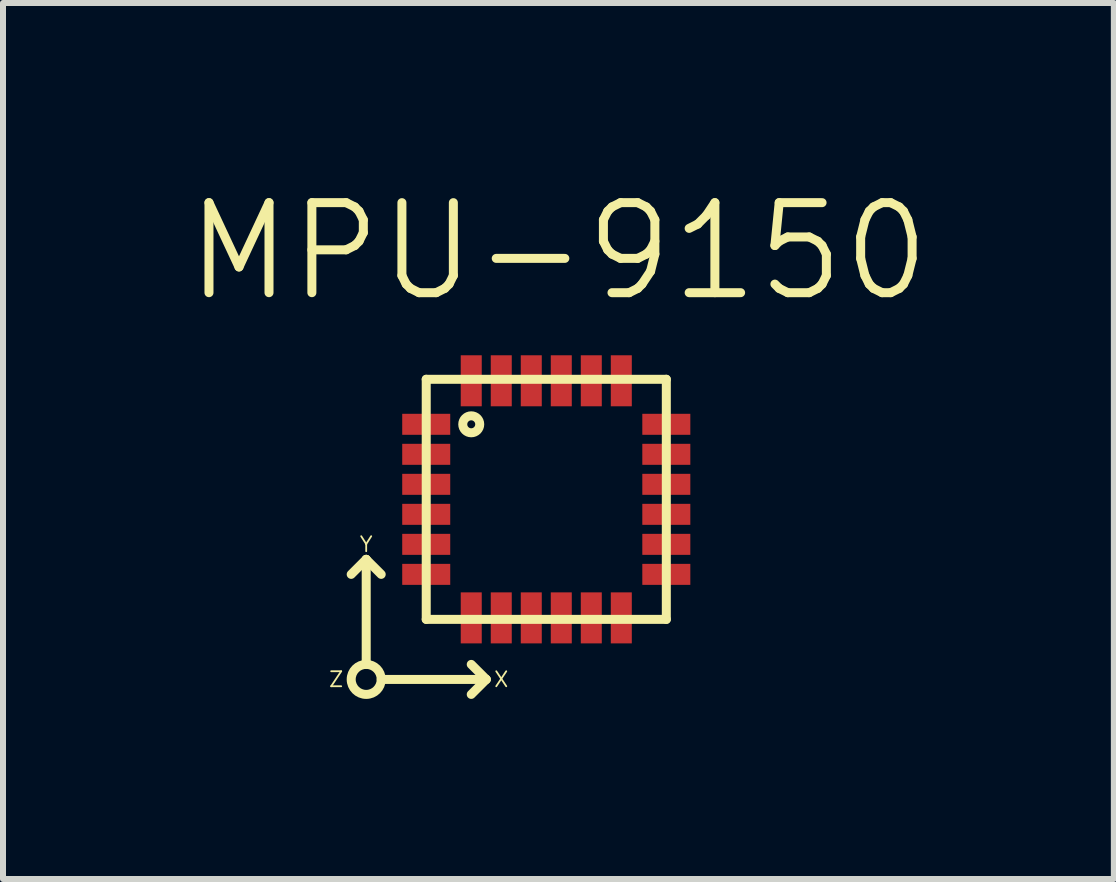
<source format=kicad_pcb>
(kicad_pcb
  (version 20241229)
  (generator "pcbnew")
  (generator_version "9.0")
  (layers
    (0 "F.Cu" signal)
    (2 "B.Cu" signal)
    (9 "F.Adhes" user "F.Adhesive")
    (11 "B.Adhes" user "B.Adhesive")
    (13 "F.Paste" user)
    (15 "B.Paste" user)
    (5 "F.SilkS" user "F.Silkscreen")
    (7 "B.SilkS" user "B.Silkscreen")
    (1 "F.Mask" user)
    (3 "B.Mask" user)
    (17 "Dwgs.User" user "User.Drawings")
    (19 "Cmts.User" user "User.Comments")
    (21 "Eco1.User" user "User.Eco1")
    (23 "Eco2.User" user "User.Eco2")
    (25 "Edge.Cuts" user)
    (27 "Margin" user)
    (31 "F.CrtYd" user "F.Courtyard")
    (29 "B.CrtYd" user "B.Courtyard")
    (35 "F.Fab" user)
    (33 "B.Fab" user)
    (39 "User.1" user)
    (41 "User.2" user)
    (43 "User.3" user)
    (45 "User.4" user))
  (footprint "MPU-9150"
    (layer "F.Cu")
    (at 4.051 3.269)
    (property "Reference" "MPU-9150" (at 2.202 -2.129 0) (layer "F.SilkS") (effects (font (size 1.5 1.5) (thickness 0.15))))
    (attr through_hole)
    (fp_line (start -1 3) (end -1.25 3.25) (stroke (width 0.15) (type solid)) (layer "F.SilkS"))
    (fp_line (start -1 3) (end -0.75 3.25) (stroke (width 0.15) (type solid)) (layer "F.SilkS"))
    (fp_line (start -1 4.75) (end -1 3) (stroke (width 0.15) (type solid)) (layer "F.SilkS"))
    (fp_line (start -0.75 5) (end 1 5) (stroke (width 0.15) (type solid)) (layer "F.SilkS"))
    (fp_line (start 0 0) (end 0 4) (stroke (width 0.15) (type solid)) (layer "F.SilkS"))
    (fp_line (start 0 4) (end 4 4) (stroke (width 0.15) (type solid)) (layer "F.SilkS"))
    (fp_line (start 1 5) (end 0.75 4.75) (stroke (width 0.15) (type solid)) (layer "F.SilkS"))
    (fp_line (start 1 5) (end 0.75 5.25) (stroke (width 0.15) (type solid)) (layer "F.SilkS"))
    (fp_line (start 4 0) (end 0 0) (stroke (width 0.15) (type solid)) (layer "F.SilkS"))
    (fp_line (start 4 4) (end 4 0) (stroke (width 0.15) (type solid)) (layer "F.SilkS"))
    (fp_circle (center -1 5) (end -0.75 5) (stroke (width 0.15) (type solid)) (fill no) (layer "F.SilkS"))
    (fp_circle (center 0.75 0.75) (end 0.85 0.85) (stroke (width 0.15) (type solid)) (fill no) (layer "F.SilkS"))
    (fp_text user "X" (at 1.25 5 0) (layer "F.SilkS") (effects (font (size 0.25 0.25) (thickness 0.03))))
    (fp_text user "Z" (at -1.5 5 0) (layer "F.SilkS") (effects (font (size 0.25 0.25) (thickness 0.03))))
    (fp_text user "Y" (at -1 2.75 0) (layer "F.SilkS") (effects (font (size 0.25 0.25) (thickness 0.03))))
    (pad "1" smd rect (at 0 0.75) (size 0.8 0.35) (layers "F.Cu" "F.Mask" "F.Paste"))
    (pad "2" smd rect (at 0 1.25) (size 0.8 0.35) (layers "F.Cu" "F.Mask" "F.Paste"))
    (pad "3" smd rect (at 0 1.75) (size 0.8 0.35) (layers "F.Cu" "F.Mask" "F.Paste"))
    (pad "4" smd rect (at 0 2.25) (size 0.8 0.35) (layers "F.Cu" "F.Mask" "F.Paste"))
    (pad "5" smd rect (at 0 2.75) (size 0.8 0.35) (layers "F.Cu" "F.Mask" "F.Paste"))
    (pad "6" smd rect (at 0 3.25) (size 0.8 0.35) (layers "F.Cu" "F.Mask" "F.Paste"))
    (pad "7" smd rect (at 0.75 3.975) (size 0.35 0.85) (layers "F.Cu" "F.Mask" "F.Paste"))
    (pad "8" smd rect (at 1.25 3.975) (size 0.35 0.85) (layers "F.Cu" "F.Mask" "F.Paste"))
    (pad "9" smd rect (at 1.75 3.975) (size 0.35 0.85) (layers "F.Cu" "F.Mask" "F.Paste"))
    (pad "10" smd rect (at 2.25 3.975) (size 0.35 0.85) (layers "F.Cu" "F.Mask" "F.Paste"))
    (pad "11" smd rect (at 2.75 3.975) (size 0.35 0.85) (layers "F.Cu" "F.Mask" "F.Paste"))
    (pad "12" smd rect (at 3.25 3.975) (size 0.35 0.85) (layers "F.Cu" "F.Mask" "F.Paste"))
    (pad "13" smd rect (at 4 3.25) (size 0.8 0.35) (layers "F.Cu" "F.Mask" "F.Paste"))
    (pad "14" smd rect (at 4 2.75) (size 0.8 0.35) (layers "F.Cu" "F.Mask" "F.Paste"))
    (pad "15" smd rect (at 4 2.25) (size 0.8 0.35) (layers "F.Cu" "F.Mask" "F.Paste"))
    (pad "16" smd rect (at 4 1.75) (size 0.8 0.35) (layers "F.Cu" "F.Mask" "F.Paste"))
    (pad "17" smd rect (at 4 1.25) (size 0.8 0.35) (layers "F.Cu" "F.Mask" "F.Paste"))
    (pad "18" smd rect (at 4 0.75) (size 0.8 0.35) (layers "F.Cu" "F.Mask" "F.Paste"))
    (pad "19" smd rect (at 3.25 0.025) (size 0.35 0.85) (layers "F.Cu" "F.Mask" "F.Paste"))
    (pad "20" smd rect (at 2.75 0.025) (size 0.35 0.85) (layers "F.Cu" "F.Mask" "F.Paste"))
    (pad "21" smd rect (at 2.25 0.025) (size 0.35 0.85) (layers "F.Cu" "F.Mask" "F.Paste"))
    (pad "22" smd rect (at 1.75 0.025) (size 0.35 0.85) (layers "F.Cu" "F.Mask" "F.Paste"))
    (pad "23" smd rect (at 1.25 0.025) (size 0.35 0.85) (layers "F.Cu" "F.Mask" "F.Paste"))
    (pad "24" smd rect (at 0.75 0.025) (size 0.35 0.85) (layers "F.Cu" "F.Mask" "F.Paste")))
  (gr_rect
    (start -3 -3)
    (end 15.507 11.594)
    (stroke (width 0.1) (type default))
    (fill no)
    (layer "Edge.Cuts")))
</source>
